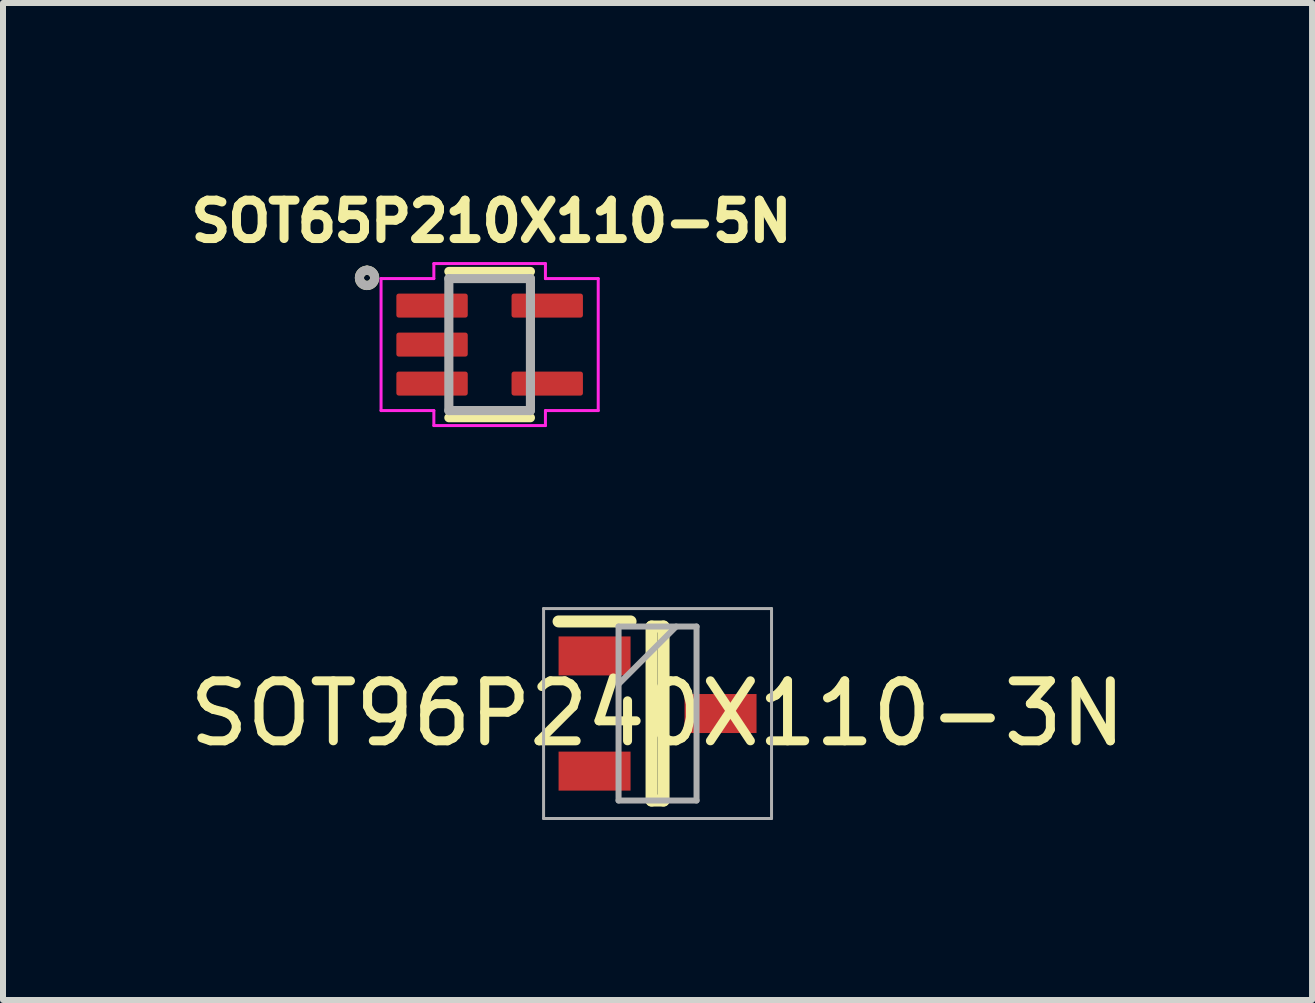
<source format=kicad_pcb>
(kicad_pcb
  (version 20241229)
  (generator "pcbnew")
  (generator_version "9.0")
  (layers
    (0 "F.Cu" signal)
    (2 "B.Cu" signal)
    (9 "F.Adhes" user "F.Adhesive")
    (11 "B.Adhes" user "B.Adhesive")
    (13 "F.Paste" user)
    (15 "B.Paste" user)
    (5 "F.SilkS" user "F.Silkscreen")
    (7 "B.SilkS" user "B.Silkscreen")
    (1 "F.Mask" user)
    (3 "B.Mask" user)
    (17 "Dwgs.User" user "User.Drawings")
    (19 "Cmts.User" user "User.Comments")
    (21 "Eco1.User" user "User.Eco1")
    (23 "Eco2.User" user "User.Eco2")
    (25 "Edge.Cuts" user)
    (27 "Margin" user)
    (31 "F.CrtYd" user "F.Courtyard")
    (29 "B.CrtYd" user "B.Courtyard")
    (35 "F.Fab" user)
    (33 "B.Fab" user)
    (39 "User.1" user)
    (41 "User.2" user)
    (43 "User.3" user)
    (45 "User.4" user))
  (footprint "SOT96P240X110-3N"
    (layer "F.Cu")
    (at 7.911 8.844)
    (property "Reference" "SOT96P240X110-3N" (at 0 0 0) (layer "F.SilkS") (effects (font (size 1 1) (thickness 0.15))))
    (attr smd)
    (fp_line (start -1.65 -1.535) (end -0.45 -1.535) (stroke (width 0.2) (type solid)) (layer "F.SilkS"))
    (fp_line (start -0.1 -1.45) (end 0.1 -1.45) (stroke (width 0.2) (type solid)) (layer "F.SilkS"))
    (fp_line (start -0.1 1.45) (end -0.1 -1.45) (stroke (width 0.2) (type solid)) (layer "F.SilkS"))
    (fp_line (start 0.1 -1.45) (end 0.1 1.45) (stroke (width 0.2) (type solid)) (layer "F.SilkS"))
    (fp_line (start 0.1 1.45) (end -0.1 1.45) (stroke (width 0.2) (type solid)) (layer "F.SilkS"))
    (fp_line (start -1.9 -1.75) (end 1.9 -1.75) (stroke (width 0.05) (type solid)) (layer "F.Fab"))
    (fp_line (start -1.9 1.75) (end -1.9 -1.75) (stroke (width 0.05) (type solid)) (layer "F.Fab"))
    (fp_line (start -0.65 -1.45) (end 0.65 -1.45) (stroke (width 0.1) (type solid)) (layer "F.Fab"))
    (fp_line (start -0.65 -0.49) (end 0.31 -1.45) (stroke (width 0.1) (type solid)) (layer "F.Fab"))
    (fp_line (start -0.65 1.45) (end -0.65 -1.45) (stroke (width 0.1) (type solid)) (layer "F.Fab"))
    (fp_line (start 0.65 -1.45) (end 0.65 1.45) (stroke (width 0.1) (type solid)) (layer "F.Fab"))
    (fp_line (start 0.65 1.45) (end -0.65 1.45) (stroke (width 0.1) (type solid)) (layer "F.Fab"))
    (fp_line (start 1.9 -1.75) (end 1.9 1.75) (stroke (width 0.05) (type solid)) (layer "F.Fab"))
    (fp_line (start 1.9 1.75) (end -1.9 1.75) (stroke (width 0.05) (type solid)) (layer "F.Fab"))
    (pad "1" smd rect (at -1.05 -0.96) (size 1.2 0.65) (layers "F.Cu" "F.Mask" "F.Paste"))
    (pad "2" smd rect (at -1.05 0.96) (size 1.2 0.65) (layers "F.Cu" "F.Mask" "F.Paste"))
    (pad "3" smd rect (at 1.05 0) (size 1.2 0.65) (layers "F.Cu" "F.Mask" "F.Paste")))
  (footprint "SOT65P210X110-5N"
    (layer "F.Cu")
    (at 5.112 2.694)
    (property "Reference" "SOT65P210X110-5N" (at 0.032 -2.056 0) (layer "F.SilkS") (effects (font (size 0.64 0.64) (thickness 0.15))))
    (attr smd)
    (fp_line (start -0.68 1.219) (end 0.68 1.219) (stroke (width 0.152) (type solid)) (layer "F.SilkS"))
    (fp_line (start 0.68 -1.219) (end -0.68 -1.219) (stroke (width 0.152) (type solid)) (layer "F.SilkS"))
    (fp_arc (start -2.0438 -1.2392) (mid -1.9168 -1.1122) (end -2.0438 -0.9852) (stroke (width 0.1524) (type solid)) (layer "F.SilkS"))
    (fp_arc (start -2.0438 -0.9852) (mid -2.1708 -1.1122) (end -2.0438 -1.2392) (stroke (width 0.1524) (type solid)) (layer "F.SilkS"))
    (fp_line (start -1.81 -1.1) (end -0.93 -1.1) (stroke (width 0.05) (type solid)) (layer "F.CrtYd"))
    (fp_line (start -1.81 1.1) (end -1.81 -1.1) (stroke (width 0.05) (type solid)) (layer "F.CrtYd"))
    (fp_line (start -0.93 -1.35) (end 0.93 -1.35) (stroke (width 0.05) (type solid)) (layer "F.CrtYd"))
    (fp_line (start -0.93 -1.1) (end -0.93 -1.35) (stroke (width 0.05) (type solid)) (layer "F.CrtYd"))
    (fp_line (start -0.93 1.1) (end -1.81 1.1) (stroke (width 0.05) (type solid)) (layer "F.CrtYd"))
    (fp_line (start -0.93 1.35) (end -0.93 1.1) (stroke (width 0.05) (type solid)) (layer "F.CrtYd"))
    (fp_line (start 0.93 -1.35) (end 0.93 -1.1) (stroke (width 0.05) (type solid)) (layer "F.CrtYd"))
    (fp_line (start 0.93 -1.1) (end 1.81 -1.1) (stroke (width 0.05) (type solid)) (layer "F.CrtYd"))
    (fp_line (start 0.93 1.1) (end 0.93 1.35) (stroke (width 0.05) (type solid)) (layer "F.CrtYd"))
    (fp_line (start 0.93 1.35) (end -0.93 1.35) (stroke (width 0.05) (type solid)) (layer "F.CrtYd"))
    (fp_line (start 1.81 -1.1) (end 1.81 1.1) (stroke (width 0.05) (type solid)) (layer "F.CrtYd"))
    (fp_line (start 1.81 1.1) (end 0.93 1.1) (stroke (width 0.05) (type solid)) (layer "F.CrtYd"))
    (fp_line (start -0.68 -1.1) (end -0.68 1.1) (stroke (width 0.152) (type solid)) (layer "F.Fab"))
    (fp_line (start -0.68 1.1) (end 0.68 1.1) (stroke (width 0.152) (type solid)) (layer "F.Fab"))
    (fp_line (start 0.68 -1.1) (end -0.68 -1.1) (stroke (width 0.152) (type solid)) (layer "F.Fab"))
    (fp_line (start 0.68 1.1) (end 0.68 -1.1) (stroke (width 0.152) (type solid)) (layer "F.Fab"))
    (fp_arc (start -2.0438 -1.2392) (mid -1.9168 -1.1122) (end -2.0438 -0.9852) (stroke (width 0.1524) (type solid)) (layer "F.Fab"))
    (fp_arc (start -2.0438 -0.9852) (mid -2.1708 -1.1122) (end -2.0438 -1.2392) (stroke (width 0.1524) (type solid)) (layer "F.Fab"))
    (pad "1" smd roundrect (at -0.96 -0.65) (size 1.19 0.4) (layers "F.Cu" "F.Mask" "F.Paste") (roundrect_rratio 0.1))
    (pad "2" smd roundrect (at -0.96 0) (size 1.19 0.4) (layers "F.Cu" "F.Mask" "F.Paste") (roundrect_rratio 0.1))
    (pad "3" smd roundrect (at -0.96 0.65) (size 1.19 0.4) (layers "F.Cu" "F.Mask" "F.Paste") (roundrect_rratio 0.1))
    (pad "4" smd roundrect (at 0.96 0.65) (size 1.19 0.4) (layers "F.Cu" "F.Mask" "F.Paste") (roundrect_rratio 0.1))
    (pad "5" smd roundrect (at 0.96 -0.65) (size 1.19 0.4) (layers "F.Cu" "F.Mask" "F.Paste") (roundrect_rratio 0.1)))
  (gr_rect
    (start -3 -3)
    (end 18.821 13.619)
    (stroke (width 0.1) (type default))
    (fill no)
    (layer "Edge.Cuts")))
</source>
